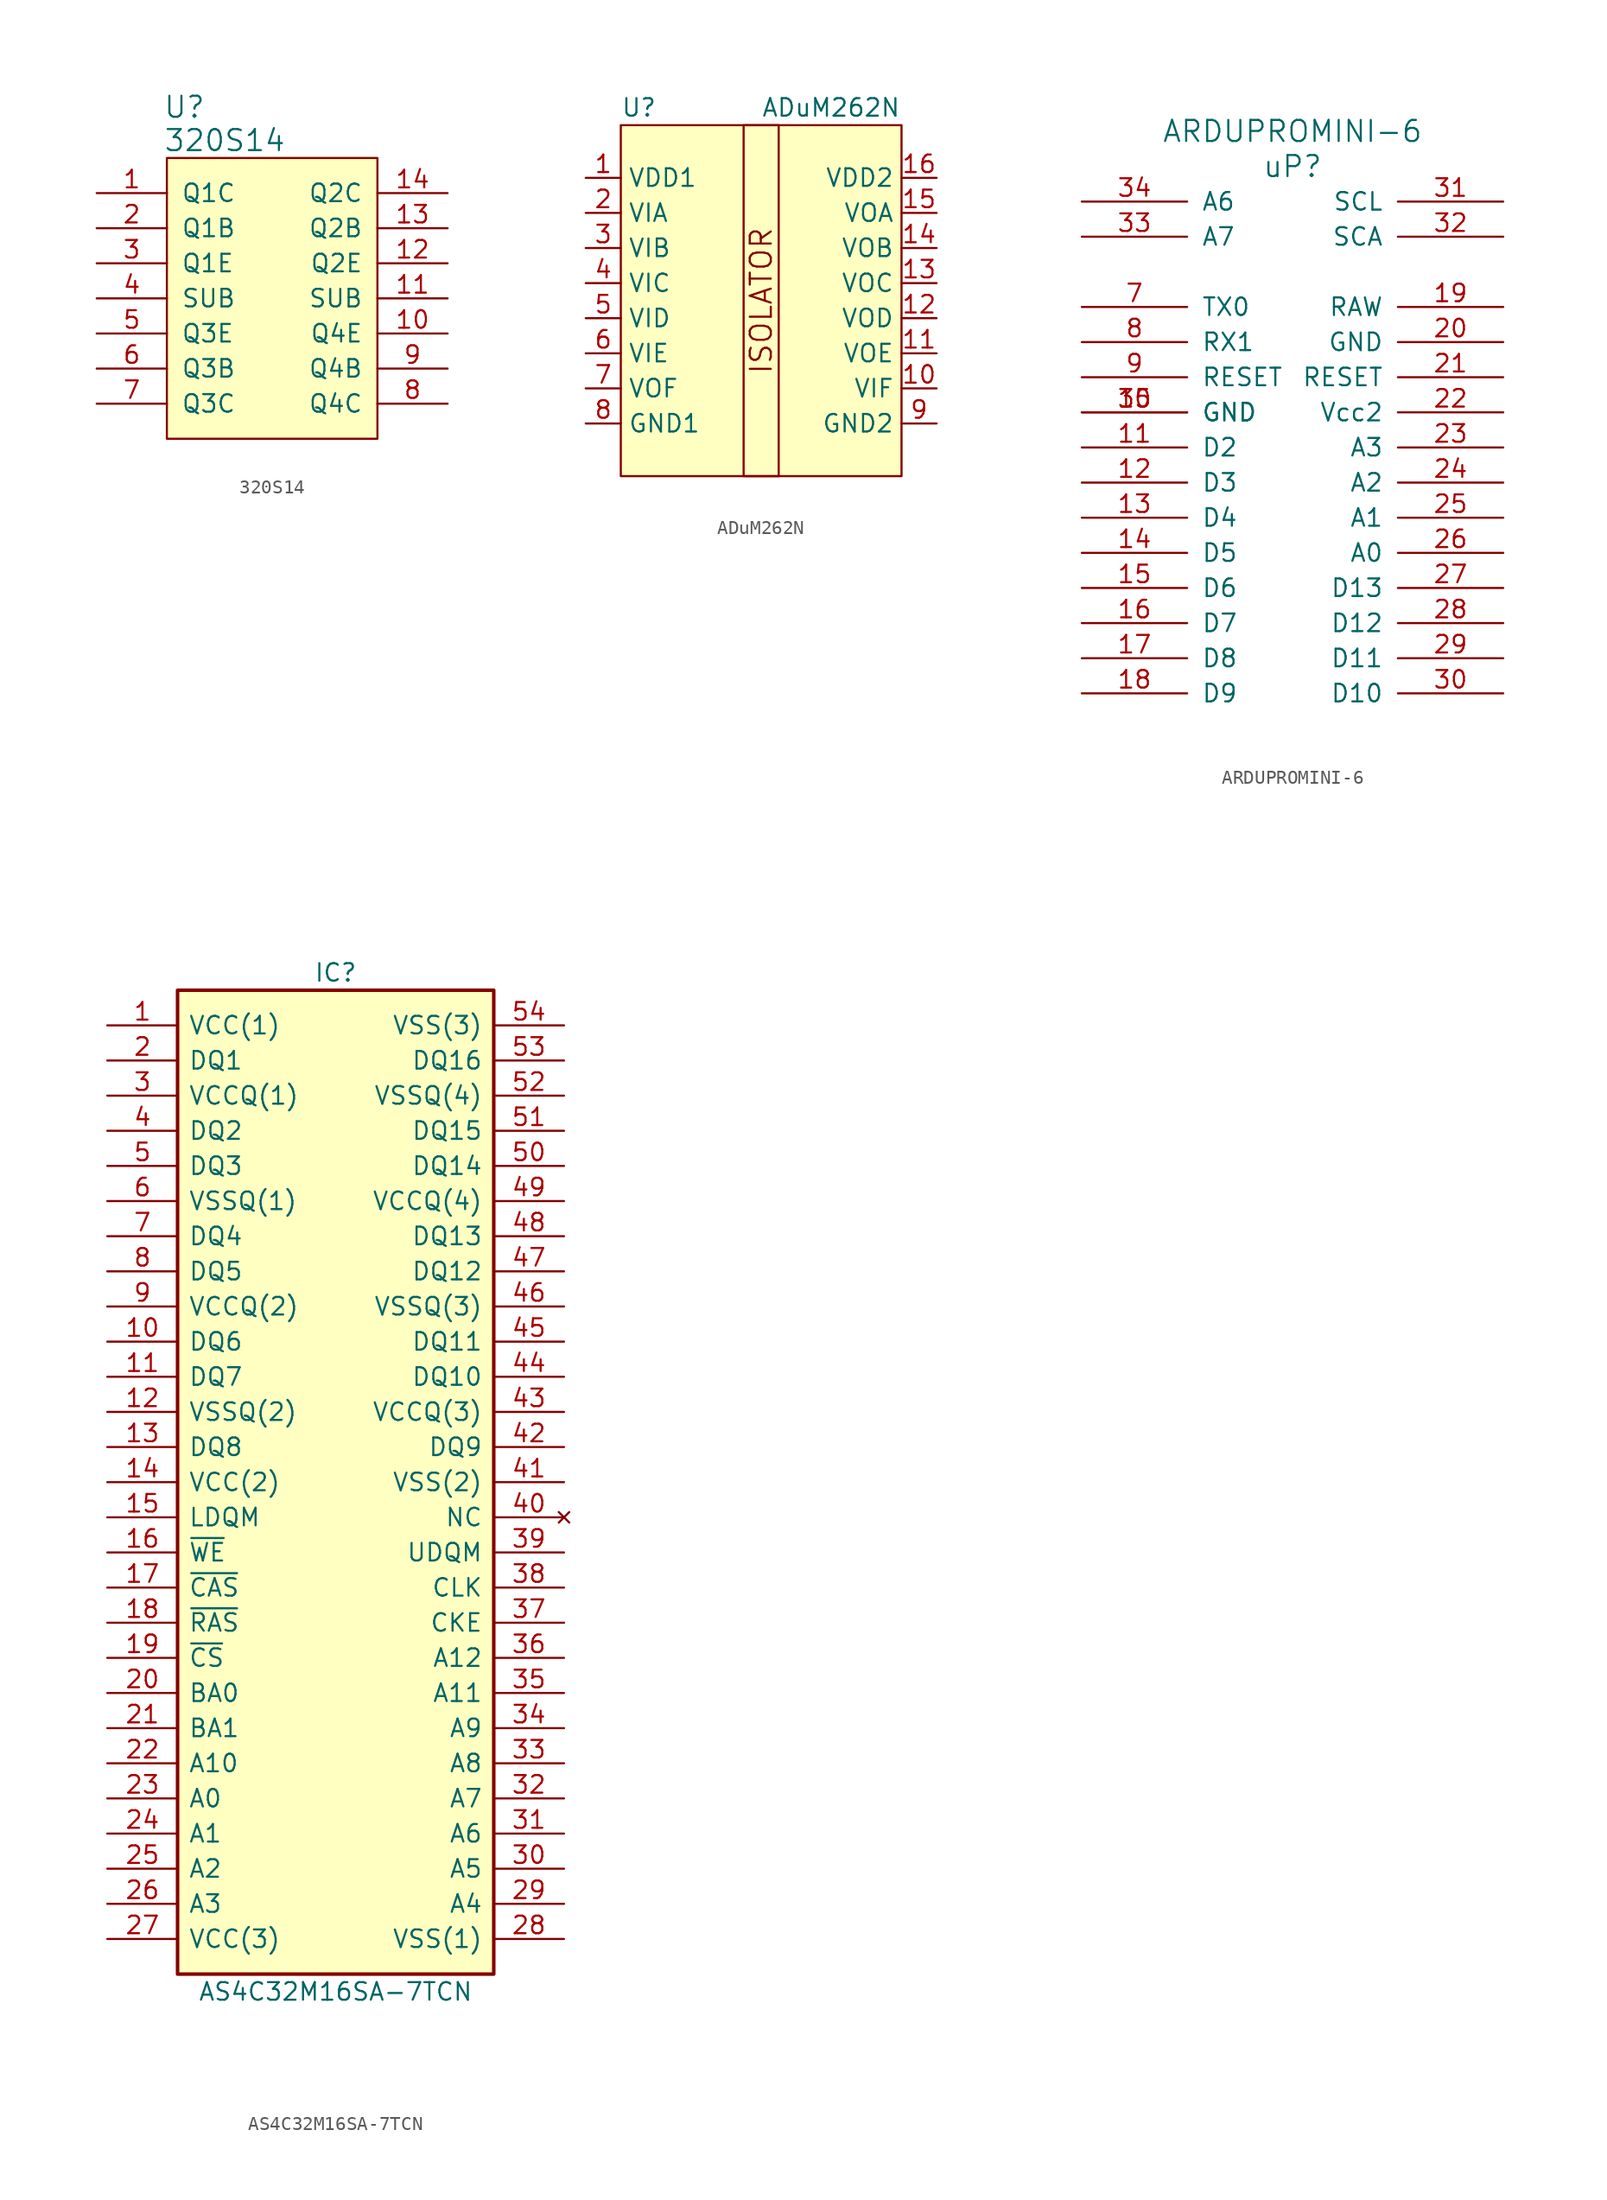
<source format=kicad_sym>
(kicad_symbol_lib
  (version 20211014)
  (generator kicad_symbol_editor)
  (symbol "320S14"
    (pin_names
      (offset 1.016))
    (property "Reference" "U"
      (at -6.35 11.303 0)
      (effects (font (size 1.524 1.524))))
    (property "Value" "320S14"
      (at -3.429 8.89 0)
      (effects (font (size 1.524 1.524))))
    (symbol "320S14_0_1"
      (rectangle (start 7.62 -12.7) (end -7.62 7.62) (stroke (width 0) (type default) (color 0 0 0 0)) (fill (type background))))
    (symbol "320S14_1_1"
      (pin input line (at -12.7 5.08 0) (length 5.08) (name "Q1C" (effects (font (size 1.27 1.27)))) (number "1" (effects (font (size 1.27 1.27)))))
      (pin output line (at 12.7 -5.08 180) (length 5.08) (name "Q4E" (effects (font (size 1.27 1.27)))) (number "10" (effects (font (size 1.27 1.27)))))
      (pin input line (at 12.7 -2.54 180) (length 5.08) (name "SUB" (effects (font (size 1.27 1.27)))) (number "11" (effects (font (size 1.27 1.27)))))
      (pin output line (at 12.7 0 180) (length 5.08) (name "Q2E" (effects (font (size 1.27 1.27)))) (number "12" (effects (font (size 1.27 1.27)))))
      (pin input line (at 12.7 2.54 180) (length 5.08) (name "Q2B" (effects (font (size 1.27 1.27)))) (number "13" (effects (font (size 1.27 1.27)))))
      (pin input line (at 12.7 5.08 180) (length 5.08) (name "Q2C" (effects (font (size 1.27 1.27)))) (number "14" (effects (font (size 1.27 1.27)))))
      (pin input line (at -12.7 2.54 0) (length 5.08) (name "Q1B" (effects (font (size 1.27 1.27)))) (number "2" (effects (font (size 1.27 1.27)))))
      (pin output line (at -12.7 0 0) (length 5.08) (name "Q1E" (effects (font (size 1.27 1.27)))) (number "3" (effects (font (size 1.27 1.27)))))
      (pin input line (at -12.7 -2.54 0) (length 5.08) (name "SUB" (effects (font (size 1.27 1.27)))) (number "4" (effects (font (size 1.27 1.27)))))
      (pin output line (at -12.7 -5.08 0) (length 5.08) (name "Q3E" (effects (font (size 1.27 1.27)))) (number "5" (effects (font (size 1.27 1.27)))))
      (pin input line (at -12.7 -7.62 0) (length 5.08) (name "Q3B" (effects (font (size 1.27 1.27)))) (number "6" (effects (font (size 1.27 1.27)))))
      (pin input line (at -12.7 -10.16 0) (length 5.08) (name "Q3C" (effects (font (size 1.27 1.27)))) (number "7" (effects (font (size 1.27 1.27)))))
      (pin input line (at 12.7 -10.16 180) (length 5.08) (name "Q4C" (effects (font (size 1.27 1.27)))) (number "8" (effects (font (size 1.27 1.27)))))
      (pin input line (at 12.7 -7.62 180) (length 5.08) (name "Q4B" (effects (font (size 1.27 1.27)))) (number "9" (effects (font (size 1.27 1.27)))))))
  (symbol "ADuM262N"
    (property "Reference" "U"
      (at -10.16 12.7 0)
      (effects (font (size 1.27 1.27)) (justify left)))
    (property "Value" "ADuM262N"
      (at 0 12.7 0)
      (effects (font (size 1.27 1.27)) (justify left)))
    (symbol "ADuM262N_0_0"
      (text "ISOLATOR" (at 0 -1.27 900) (effects (font (size 1.524 1.524)))))
    (symbol "ADuM262N_0_1"
      (rectangle (start -10.16 11.43) (end 10.16 -13.97) (stroke (width 0) (type default) (color 0 0 0 0)) (fill (type background)))
      (rectangle (start -1.27 11.43) (end 1.27 -13.97) (stroke (width 0) (type default) (color 0 0 0 0)) (fill (type none))))
    (symbol "ADuM262N_1_1"
      (pin power_in line (at -12.7 7.62 0) (length 2.54) (name "VDD1" (effects (font (size 1.27 1.27)))) (number "1" (effects (font (size 1.27 1.27)))))
      (pin input line (at 12.7 -7.62 180) (length 2.54) (name "VIF" (effects (font (size 1.27 1.27)))) (number "10" (effects (font (size 1.27 1.27)))))
      (pin output line (at 12.7 -5.08 180) (length 2.54) (name "VOE" (effects (font (size 1.27 1.27)))) (number "11" (effects (font (size 1.27 1.27)))))
      (pin output line (at 12.7 -2.54 180) (length 2.54) (name "VOD" (effects (font (size 1.27 1.27)))) (number "12" (effects (font (size 1.27 1.27)))))
      (pin output line (at 12.7 0 180) (length 2.54) (name "VOC" (effects (font (size 1.27 1.27)))) (number "13" (effects (font (size 1.27 1.27)))))
      (pin output line (at 12.7 2.54 180) (length 2.54) (name "VOB" (effects (font (size 1.27 1.27)))) (number "14" (effects (font (size 1.27 1.27)))))
      (pin output line (at 12.7 5.08 180) (length 2.54) (name "VOA" (effects (font (size 1.27 1.27)))) (number "15" (effects (font (size 1.27 1.27)))))
      (pin power_in line (at 12.7 7.62 180) (length 2.54) (name "VDD2" (effects (font (size 1.27 1.27)))) (number "16" (effects (font (size 1.27 1.27)))))
      (pin input line (at -12.7 5.08 0) (length 2.54) (name "VIA" (effects (font (size 1.27 1.27)))) (number "2" (effects (font (size 1.27 1.27)))))
      (pin input line (at -12.7 2.54 0) (length 2.54) (name "VIB" (effects (font (size 1.27 1.27)))) (number "3" (effects (font (size 1.27 1.27)))))
      (pin input line (at -12.7 0 0) (length 2.54) (name "VIC" (effects (font (size 1.27 1.27)))) (number "4" (effects (font (size 1.27 1.27)))))
      (pin input line (at -12.7 -2.54 0) (length 2.54) (name "VID" (effects (font (size 1.27 1.27)))) (number "5" (effects (font (size 1.27 1.27)))))
      (pin input line (at -12.7 -5.08 0) (length 2.54) (name "VIE" (effects (font (size 1.27 1.27)))) (number "6" (effects (font (size 1.27 1.27)))))
      (pin output line (at -12.7 -7.62 0) (length 2.54) (name "VOF" (effects (font (size 1.27 1.27)))) (number "7" (effects (font (size 1.27 1.27)))))
      (pin power_in line (at -12.7 -10.16 0) (length 2.54) (name "GND1" (effects (font (size 1.27 1.27)))) (number "8" (effects (font (size 1.27 1.27)))))
      (pin power_in line (at 12.7 -10.16 180) (length 2.54) (name "GND2" (effects (font (size 1.27 1.27)))) (number "9" (effects (font (size 1.27 1.27)))))))
  (symbol "ARDUPROMINI-6"
    (pin_names
      (offset 1.016))
    (property "Reference" "uP"
      (at 0 2.54 0)
      (effects (font (size 1.524 1.524))))
    (property "Value" "ARDUPROMINI-6"
      (at 0 5.08 0)
      (effects (font (size 1.524 1.524))))
    (property "Footprint" ""
      (at 0 5.08 0)
      (effects (font (size 1.524 1.524))))
    (property "Datasheet" ""
      (at 0 5.08 0)
      (effects (font (size 1.524 1.524))))
    (symbol "ARDUPROMINI-6_1_1"
      (pin unspecified line (at -15.24 -15.24 0) (length 7.62) (name "GND" (effects (font (size 1.27 1.27)))) (number "10" (effects (font (size 1.27 1.27)))))
      (pin bidirectional line (at -15.24 -17.78 0) (length 7.62) (name "D2" (effects (font (size 1.27 1.27)))) (number "11" (effects (font (size 1.27 1.27)))))
      (pin bidirectional line (at -15.24 -20.32 0) (length 7.62) (name "D3" (effects (font (size 1.27 1.27)))) (number "12" (effects (font (size 1.27 1.27)))))
      (pin bidirectional line (at -15.24 -22.86 0) (length 7.62) (name "D4" (effects (font (size 1.27 1.27)))) (number "13" (effects (font (size 1.27 1.27)))))
      (pin bidirectional line (at -15.24 -25.4 0) (length 7.62) (name "D5" (effects (font (size 1.27 1.27)))) (number "14" (effects (font (size 1.27 1.27)))))
      (pin bidirectional line (at -15.24 -27.94 0) (length 7.62) (name "D6" (effects (font (size 1.27 1.27)))) (number "15" (effects (font (size 1.27 1.27)))))
      (pin bidirectional line (at -15.24 -30.48 0) (length 7.62) (name "D7" (effects (font (size 1.27 1.27)))) (number "16" (effects (font (size 1.27 1.27)))))
      (pin bidirectional line (at -15.24 -33.02 0) (length 7.62) (name "D8" (effects (font (size 1.27 1.27)))) (number "17" (effects (font (size 1.27 1.27)))))
      (pin bidirectional line (at -15.24 -35.56 0) (length 7.62) (name "D9" (effects (font (size 1.27 1.27)))) (number "18" (effects (font (size 1.27 1.27)))))
      (pin unspecified line (at 15.24 -7.62 180) (length 7.62) (name "RAW" (effects (font (size 1.27 1.27)))) (number "19" (effects (font (size 1.27 1.27)))))
      (pin unspecified line (at 15.24 -10.16 180) (length 7.62) (name "GND" (effects (font (size 1.27 1.27)))) (number "20" (effects (font (size 1.27 1.27)))))
      (pin input line (at 15.24 -12.7 180) (length 7.62) (name "RESET" (effects (font (size 1.27 1.27)))) (number "21" (effects (font (size 1.27 1.27)))))
      (pin unspecified line (at 15.24 -15.24 180) (length 7.62) (name "Vcc2" (effects (font (size 1.27 1.27)))) (number "22" (effects (font (size 1.27 1.27)))))
      (pin bidirectional line (at 15.24 -17.78 180) (length 7.62) (name "A3" (effects (font (size 1.27 1.27)))) (number "23" (effects (font (size 1.27 1.27)))))
      (pin bidirectional line (at 15.24 -20.32 180) (length 7.62) (name "A2" (effects (font (size 1.27 1.27)))) (number "24" (effects (font (size 1.27 1.27)))))
      (pin bidirectional line (at 15.24 -22.86 180) (length 7.62) (name "A1" (effects (font (size 1.27 1.27)))) (number "25" (effects (font (size 1.27 1.27)))))
      (pin bidirectional line (at 15.24 -25.4 180) (length 7.62) (name "A0" (effects (font (size 1.27 1.27)))) (number "26" (effects (font (size 1.27 1.27)))))
      (pin bidirectional line (at 15.24 -27.94 180) (length 7.62) (name "D13" (effects (font (size 1.27 1.27)))) (number "27" (effects (font (size 1.27 1.27)))))
      (pin input line (at 15.24 -30.48 180) (length 7.62) (name "D12" (effects (font (size 1.27 1.27)))) (number "28" (effects (font (size 1.27 1.27)))))
      (pin bidirectional line (at 15.24 -33.02 180) (length 7.62) (name "D11" (effects (font (size 1.27 1.27)))) (number "29" (effects (font (size 1.27 1.27)))))
      (pin bidirectional line (at 15.24 -35.56 180) (length 7.62) (name "D10" (effects (font (size 1.27 1.27)))) (number "30" (effects (font (size 1.27 1.27)))))
      (pin bidirectional line (at 15.24 0 180) (length 7.62) (name "SCL" (effects (font (size 1.27 1.27)))) (number "31" (effects (font (size 1.27 1.27)))))
      (pin bidirectional line (at 15.24 -2.54 180) (length 7.62) (name "SCA" (effects (font (size 1.27 1.27)))) (number "32" (effects (font (size 1.27 1.27)))))
      (pin bidirectional line (at -15.24 -2.54 0) (length 7.62) (name "A7" (effects (font (size 1.27 1.27)))) (number "33" (effects (font (size 1.27 1.27)))))
      (pin bidirectional line (at -15.24 0 0) (length 7.62) (name "A6" (effects (font (size 1.27 1.27)))) (number "34" (effects (font (size 1.27 1.27)))))
      (pin unspecified line (at -15.24 -15.24 0) (length 7.62) (name "GND" (effects (font (size 1.27 1.27)))) (number "35" (effects (font (size 1.27 1.27)))))
      (pin bidirectional line (at -15.24 -7.62 0) (length 7.62) (name "TX0" (effects (font (size 1.27 1.27)))) (number "7" (effects (font (size 1.27 1.27)))))
      (pin bidirectional line (at -15.24 -10.16 0) (length 7.62) (name "RX1" (effects (font (size 1.27 1.27)))) (number "8" (effects (font (size 1.27 1.27)))))
      (pin input line (at -15.24 -12.7 0) (length 7.62) (name "RESET" (effects (font (size 1.27 1.27)))) (number "9" (effects (font (size 1.27 1.27)))))))
  (symbol "AS4C32M16SA-7TCN"
    (pin_names
      (offset 0.762))
    (property "Reference" "IC"
      (at 16.51 74.93 0)
      (effects (font (size 1.27 1.27))))
    (property "Value" "AS4C32M16SA-7TCN"
      (at 16.51 1.27 0)
      (effects (font (size 1.27 1.27))))
    (symbol "AS4C32M16SA-7TCN_0_0"
      (rectangle (start 5.08 73.66) (end 27.94 2.54) (stroke (width 0.254) (type default) (color 0 0 0 0)) (fill (type background)))
      (pin power_in line (at 0 71.12 0) (length 5.08) (name "VCC(1)" (effects (font (size 1.27 1.27)))) (number "1" (effects (font (size 1.27 1.27)))))
      (pin bidirectional line (at 0 48.26 0) (length 5.08) (name "DQ6" (effects (font (size 1.27 1.27)))) (number "10" (effects (font (size 1.27 1.27)))))
      (pin bidirectional line (at 0 45.72 0) (length 5.08) (name "DQ7" (effects (font (size 1.27 1.27)))) (number "11" (effects (font (size 1.27 1.27)))))
      (pin passive line (at 0 43.18 0) (length 5.08) (name "VSSQ(2)" (effects (font (size 1.27 1.27)))) (number "12" (effects (font (size 1.27 1.27)))))
      (pin bidirectional line (at 0 40.64 0) (length 5.08) (name "DQ8" (effects (font (size 1.27 1.27)))) (number "13" (effects (font (size 1.27 1.27)))))
      (pin power_in line (at 0 38.1 0) (length 5.08) (name "VCC(2)" (effects (font (size 1.27 1.27)))) (number "14" (effects (font (size 1.27 1.27)))))
      (pin input line (at 0 35.56 0) (length 5.08) (name "LDQM" (effects (font (size 1.27 1.27)))) (number "15" (effects (font (size 1.27 1.27)))))
      (pin input line (at 0 33.02 0) (length 5.08) (name "~{WE}" (effects (font (size 1.27 1.27)))) (number "16" (effects (font (size 1.27 1.27)))))
      (pin input line (at 0 30.48 0) (length 5.08) (name "~{CAS}" (effects (font (size 1.27 1.27)))) (number "17" (effects (font (size 1.27 1.27)))))
      (pin input line (at 0 27.94 0) (length 5.08) (name "~{RAS}" (effects (font (size 1.27 1.27)))) (number "18" (effects (font (size 1.27 1.27)))))
      (pin input line (at 0 25.4 0) (length 5.08) (name "~{CS}" (effects (font (size 1.27 1.27)))) (number "19" (effects (font (size 1.27 1.27)))))
      (pin bidirectional line (at 0 68.58 0) (length 5.08) (name "DQ1" (effects (font (size 1.27 1.27)))) (number "2" (effects (font (size 1.27 1.27)))))
      (pin input line (at 0 22.86 0) (length 5.08) (name "BA0" (effects (font (size 1.27 1.27)))) (number "20" (effects (font (size 1.27 1.27)))))
      (pin input line (at 0 20.32 0) (length 5.08) (name "BA1" (effects (font (size 1.27 1.27)))) (number "21" (effects (font (size 1.27 1.27)))))
      (pin input line (at 0 17.78 0) (length 5.08) (name "A10" (effects (font (size 1.27 1.27)))) (number "22" (effects (font (size 1.27 1.27)))))
      (pin input line (at 0 15.24 0) (length 5.08) (name "A0" (effects (font (size 1.27 1.27)))) (number "23" (effects (font (size 1.27 1.27)))))
      (pin input line (at 0 12.7 0) (length 5.08) (name "A1" (effects (font (size 1.27 1.27)))) (number "24" (effects (font (size 1.27 1.27)))))
      (pin input line (at 0 10.16 0) (length 5.08) (name "A2" (effects (font (size 1.27 1.27)))) (number "25" (effects (font (size 1.27 1.27)))))
      (pin input line (at 0 7.62 0) (length 5.08) (name "A3" (effects (font (size 1.27 1.27)))) (number "26" (effects (font (size 1.27 1.27)))))
      (pin power_in line (at 0 5.08 0) (length 5.08) (name "VCC(3)" (effects (font (size 1.27 1.27)))) (number "27" (effects (font (size 1.27 1.27)))))
      (pin passive line (at 33.02 5.08 180) (length 5.08) (name "VSS(1)" (effects (font (size 1.27 1.27)))) (number "28" (effects (font (size 1.27 1.27)))))
      (pin input line (at 33.02 7.62 180) (length 5.08) (name "A4" (effects (font (size 1.27 1.27)))) (number "29" (effects (font (size 1.27 1.27)))))
      (pin power_in line (at 0 66.04 0) (length 5.08) (name "VCCQ(1)" (effects (font (size 1.27 1.27)))) (number "3" (effects (font (size 1.27 1.27)))))
      (pin input line (at 33.02 10.16 180) (length 5.08) (name "A5" (effects (font (size 1.27 1.27)))) (number "30" (effects (font (size 1.27 1.27)))))
      (pin input line (at 33.02 12.7 180) (length 5.08) (name "A6" (effects (font (size 1.27 1.27)))) (number "31" (effects (font (size 1.27 1.27)))))
      (pin input line (at 33.02 15.24 180) (length 5.08) (name "A7" (effects (font (size 1.27 1.27)))) (number "32" (effects (font (size 1.27 1.27)))))
      (pin input line (at 33.02 17.78 180) (length 5.08) (name "A8" (effects (font (size 1.27 1.27)))) (number "33" (effects (font (size 1.27 1.27)))))
      (pin input line (at 33.02 20.32 180) (length 5.08) (name "A9" (effects (font (size 1.27 1.27)))) (number "34" (effects (font (size 1.27 1.27)))))
      (pin input line (at 33.02 22.86 180) (length 5.08) (name "A11" (effects (font (size 1.27 1.27)))) (number "35" (effects (font (size 1.27 1.27)))))
      (pin input line (at 33.02 25.4 180) (length 5.08) (name "A12" (effects (font (size 1.27 1.27)))) (number "36" (effects (font (size 1.27 1.27)))))
      (pin input line (at 33.02 27.94 180) (length 5.08) (name "CKE" (effects (font (size 1.27 1.27)))) (number "37" (effects (font (size 1.27 1.27)))))
      (pin input line (at 33.02 30.48 180) (length 5.08) (name "CLK" (effects (font (size 1.27 1.27)))) (number "38" (effects (font (size 1.27 1.27)))))
      (pin input line (at 33.02 33.02 180) (length 5.08) (name "UDQM" (effects (font (size 1.27 1.27)))) (number "39" (effects (font (size 1.27 1.27)))))
      (pin bidirectional line (at 0 63.5 0) (length 5.08) (name "DQ2" (effects (font (size 1.27 1.27)))) (number "4" (effects (font (size 1.27 1.27)))))
      (pin no_connect line (at 33.02 35.56 180) (length 5.08) (name "NC" (effects (font (size 1.27 1.27)))) (number "40" (effects (font (size 1.27 1.27)))))
      (pin passive line (at 33.02 38.1 180) (length 5.08) (name "VSS(2)" (effects (font (size 1.27 1.27)))) (number "41" (effects (font (size 1.27 1.27)))))
      (pin bidirectional line (at 33.02 40.64 180) (length 5.08) (name "DQ9" (effects (font (size 1.27 1.27)))) (number "42" (effects (font (size 1.27 1.27)))))
      (pin power_in line (at 33.02 43.18 180) (length 5.08) (name "VCCQ(3)" (effects (font (size 1.27 1.27)))) (number "43" (effects (font (size 1.27 1.27)))))
      (pin bidirectional line (at 33.02 45.72 180) (length 5.08) (name "DQ10" (effects (font (size 1.27 1.27)))) (number "44" (effects (font (size 1.27 1.27)))))
      (pin bidirectional line (at 33.02 48.26 180) (length 5.08) (name "DQ11" (effects (font (size 1.27 1.27)))) (number "45" (effects (font (size 1.27 1.27)))))
      (pin passive line (at 33.02 50.8 180) (length 5.08) (name "VSSQ(3)" (effects (font (size 1.27 1.27)))) (number "46" (effects (font (size 1.27 1.27)))))
      (pin bidirectional line (at 33.02 53.34 180) (length 5.08) (name "DQ12" (effects (font (size 1.27 1.27)))) (number "47" (effects (font (size 1.27 1.27)))))
      (pin bidirectional line (at 33.02 55.88 180) (length 5.08) (name "DQ13" (effects (font (size 1.27 1.27)))) (number "48" (effects (font (size 1.27 1.27)))))
      (pin power_in line (at 33.02 58.42 180) (length 5.08) (name "VCCQ(4)" (effects (font (size 1.27 1.27)))) (number "49" (effects (font (size 1.27 1.27)))))
      (pin bidirectional line (at 0 60.96 0) (length 5.08) (name "DQ3" (effects (font (size 1.27 1.27)))) (number "5" (effects (font (size 1.27 1.27)))))
      (pin bidirectional line (at 33.02 60.96 180) (length 5.08) (name "DQ14" (effects (font (size 1.27 1.27)))) (number "50" (effects (font (size 1.27 1.27)))))
      (pin bidirectional line (at 33.02 63.5 180) (length 5.08) (name "DQ15" (effects (font (size 1.27 1.27)))) (number "51" (effects (font (size 1.27 1.27)))))
      (pin passive line (at 33.02 66.04 180) (length 5.08) (name "VSSQ(4)" (effects (font (size 1.27 1.27)))) (number "52" (effects (font (size 1.27 1.27)))))
      (pin bidirectional line (at 33.02 68.58 180) (length 5.08) (name "DQ16" (effects (font (size 1.27 1.27)))) (number "53" (effects (font (size 1.27 1.27)))))
      (pin passive line (at 33.02 71.12 180) (length 5.08) (name "VSS(3)" (effects (font (size 1.27 1.27)))) (number "54" (effects (font (size 1.27 1.27)))))
      (pin passive line (at 0 58.42 0) (length 5.08) (name "VSSQ(1)" (effects (font (size 1.27 1.27)))) (number "6" (effects (font (size 1.27 1.27)))))
      (pin bidirectional line (at 0 55.88 0) (length 5.08) (name "DQ4" (effects (font (size 1.27 1.27)))) (number "7" (effects (font (size 1.27 1.27)))))
      (pin bidirectional line (at 0 53.34 0) (length 5.08) (name "DQ5" (effects (font (size 1.27 1.27)))) (number "8" (effects (font (size 1.27 1.27)))))
      (pin power_in line (at 0 50.8 0) (length 5.08) (name "VCCQ(2)" (effects (font (size 1.27 1.27)))) (number "9" (effects (font (size 1.27 1.27))))))))
</source>
